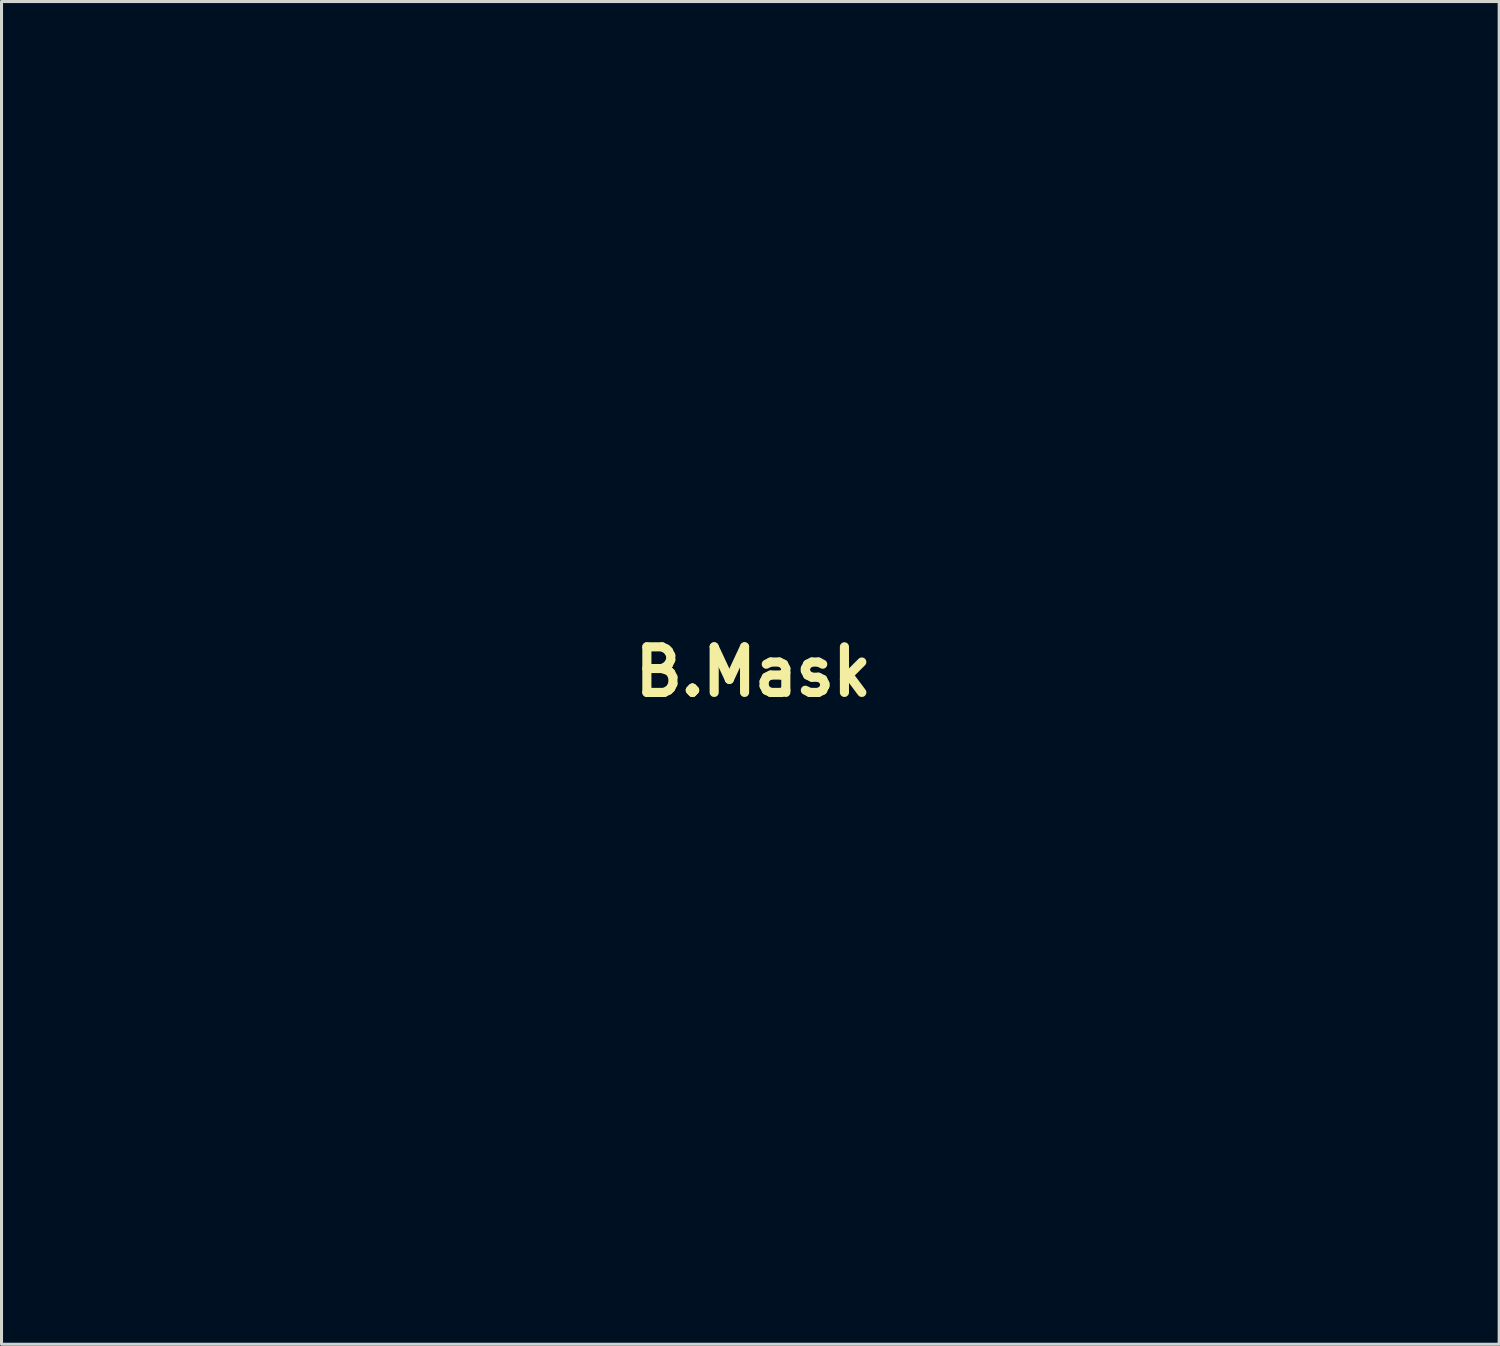
<source format=kicad_pcb>
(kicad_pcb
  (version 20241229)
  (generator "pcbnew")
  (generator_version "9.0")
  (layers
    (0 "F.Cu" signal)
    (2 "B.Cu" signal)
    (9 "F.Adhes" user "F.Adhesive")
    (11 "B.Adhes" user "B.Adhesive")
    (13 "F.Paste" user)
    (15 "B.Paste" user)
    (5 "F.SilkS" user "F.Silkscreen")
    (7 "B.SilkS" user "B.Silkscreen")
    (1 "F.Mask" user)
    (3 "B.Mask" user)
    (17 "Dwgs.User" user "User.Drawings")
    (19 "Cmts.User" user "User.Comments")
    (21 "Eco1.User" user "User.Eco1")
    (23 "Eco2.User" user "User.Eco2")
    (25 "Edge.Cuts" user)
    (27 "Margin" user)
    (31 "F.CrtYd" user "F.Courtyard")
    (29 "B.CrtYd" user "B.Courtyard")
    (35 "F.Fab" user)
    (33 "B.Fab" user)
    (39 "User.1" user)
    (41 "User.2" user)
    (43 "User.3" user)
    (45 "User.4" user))
  (footprint "B.Mask"
    (layer "F.Cu")
    (at 0.913 11.76)
    (property "Reference" "B.Mask" (at 20.82 7.293 0) (layer "F.SilkS") (effects (font (size 1.5 1.5) (thickness 0.3))))
    (attr board_only exclude_from_pos_files exclude_from_bom)
    (fp_poly (pts (xy 19.41 3.148) (xy 21.011 3.159) (xy 21.022 6.35) (xy 21.033 9.541) (xy 19.421 9.541) (xy 17.81 9.541) (xy 17.81 6.339) (xy 17.81 3.137)) (stroke (width 0) (type solid)) (fill yes) (layer "B.Mask"))
    (fp_poly (pts (xy 38.668 19.781) (xy 38.691 19.798) (xy 38.67 19.842) (xy 38.588 19.926) (xy 38.454 20.045) (xy 38.275 20.192) (xy 38.062 20.359) (xy 37.822 20.54) (xy 37.563 20.728) (xy 37.296 20.916) (xy 37.293 20.918) (xy 37.086 21.059) (xy 36.937 21.155) (xy 36.837 21.212) (xy 36.776 21.234) (xy 36.744 21.227) (xy 36.734 21.212) (xy 36.706 21.14) (xy 36.655 21.014) (xy 36.589 20.856) (xy 36.566 20.8) (xy 36.502 20.641) (xy 36.453 20.508) (xy 36.427 20.424) (xy 36.425 20.41) (xy 36.465 20.373) (xy 36.585 20.32) (xy 36.785 20.249) (xy 37.067 20.161) (xy 37.431 20.055) (xy 37.782 19.958) (xy 38.087 19.877) (xy 38.32 19.82) (xy 38.489 19.786) (xy 38.602 19.773)) (stroke (width 0) (type solid)) (fill yes) (layer "B.Mask"))
    (fp_poly (pts (xy 26.968 16.516) (xy 27.112 16.587) (xy 27.313 16.701) (xy 27.575 16.861) (xy 27.775 16.986) (xy 28.003 17.133) (xy 28.253 17.298) (xy 28.515 17.473) (xy 28.779 17.653) (xy 29.037 17.831) (xy 29.279 18.001) (xy 29.495 18.156) (xy 29.677 18.289) (xy 29.816 18.394) (xy 29.901 18.464) (xy 29.925 18.493) (xy 29.891 18.529) (xy 29.807 18.609) (xy 29.685 18.721) (xy 29.538 18.855) (xy 29.378 18.998) (xy 29.218 19.139) (xy 29.071 19.268) (xy 28.95 19.372) (xy 28.867 19.441) (xy 28.835 19.463) (xy 28.804 19.43) (xy 28.731 19.339) (xy 28.624 19.201) (xy 28.489 19.025) (xy 28.336 18.822) (xy 28.305 18.779) (xy 27.975 18.332) (xy 27.682 17.924) (xy 27.428 17.561) (xy 27.216 17.244) (xy 27.046 16.978) (xy 26.923 16.765) (xy 26.847 16.61) (xy 26.822 16.515) (xy 26.829 16.491) (xy 26.875 16.484)) (stroke (width 0) (type solid)) (fill yes) (layer "B.Mask"))
    (fp_poly (pts (xy 27.815 20.568) (xy 27.963 20.573) (xy 28.054 20.583) (xy 28.1 20.601) (xy 28.114 20.629) (xy 28.114 20.633) (xy 28.11 20.717) (xy 28.099 20.862) (xy 28.084 21.047) (xy 28.066 21.251) (xy 28.047 21.452) (xy 28.029 21.63) (xy 28.014 21.764) (xy 28.005 21.827) (xy 27.96 21.904) (xy 27.912 21.919) (xy 27.852 21.909) (xy 27.722 21.882) (xy 27.532 21.841) (xy 27.292 21.788) (xy 27.016 21.725) (xy 26.713 21.656) (xy 26.672 21.646) (xy 26.353 21.573) (xy 26.046 21.504) (xy 25.765 21.441) (xy 25.524 21.388) (xy 25.338 21.349) (xy 25.22 21.325) (xy 25.22 21.325) (xy 25.077 21.295) (xy 24.975 21.265) (xy 24.934 21.242) (xy 24.934 21.241) (xy 24.973 21.206) (xy 25.084 21.154) (xy 25.256 21.088) (xy 25.479 21.011) (xy 25.743 20.928) (xy 26.036 20.84) (xy 26.348 20.753) (xy 26.651 20.674) (xy 26.883 20.621) (xy 27.095 20.588) (xy 27.322 20.571) (xy 27.594 20.566)) (stroke (width 0) (type solid)) (fill yes) (layer "B.Mask"))
    (fp_poly (pts (xy 36.531 16.086) (xy 36.524 16.205) (xy 36.503 16.368) (xy 36.47 16.563) (xy 36.429 16.778) (xy 36.38 17) (xy 36.327 17.215) (xy 36.27 17.412) (xy 36.244 17.492) (xy 36.181 17.667) (xy 36.101 17.874) (xy 36.008 18.102) (xy 35.909 18.337) (xy 35.81 18.566) (xy 35.715 18.775) (xy 35.632 18.952) (xy 35.566 19.084) (xy 35.522 19.156) (xy 35.511 19.166) (xy 35.454 19.146) (xy 35.348 19.092) (xy 35.218 19.017) (xy 35.086 18.934) (xy 34.933 18.831) (xy 34.774 18.72) (xy 34.624 18.611) (xy 34.5 18.517) (xy 34.417 18.449) (xy 34.39 18.418) (xy 34.417 18.383) (xy 34.494 18.292) (xy 34.616 18.152) (xy 34.776 17.97) (xy 34.967 17.753) (xy 35.184 17.508) (xy 35.419 17.243) (xy 35.436 17.224) (xy 35.674 16.958) (xy 35.893 16.711) (xy 36.088 16.493) (xy 36.252 16.308) (xy 36.379 16.165) (xy 36.462 16.071) (xy 36.496 16.033) (xy 36.496 16.032) (xy 36.523 16.024)) (stroke (width 0) (type solid)) (fill yes) (layer "B.Mask"))
    (fp_poly (pts (xy 32.251 14.116) (xy 32.293 14.22) (xy 32.35 14.376) (xy 32.418 14.569) (xy 32.492 14.784) (xy 32.565 15.006) (xy 32.634 15.22) (xy 32.693 15.413) (xy 32.738 15.569) (xy 32.753 15.626) (xy 32.79 15.8) (xy 32.83 16.012) (xy 32.863 16.217) (xy 32.863 16.22) (xy 32.885 16.347) (xy 32.92 16.535) (xy 32.966 16.767) (xy 33.018 17.024) (xy 33.074 17.292) (xy 33.129 17.551) (xy 33.18 17.786) (xy 33.224 17.98) (xy 33.257 18.115) (xy 33.268 18.152) (xy 33.269 18.189) (xy 33.229 18.203) (xy 33.131 18.196) (xy 33.065 18.187) (xy 32.937 18.177) (xy 32.747 18.172) (xy 32.519 18.172) (xy 32.275 18.177) (xy 32.038 18.185) (xy 31.832 18.197) (xy 31.679 18.212) (xy 31.66 18.214) (xy 31.576 18.22) (xy 31.55 18.184) (xy 31.557 18.117) (xy 31.608 17.787) (xy 31.664 17.428) (xy 31.725 17.049) (xy 31.788 16.658) (xy 31.852 16.265) (xy 31.915 15.878) (xy 31.977 15.506) (xy 32.035 15.159) (xy 32.088 14.845) (xy 32.135 14.573) (xy 32.174 14.351) (xy 32.204 14.19) (xy 32.223 14.097) (xy 32.229 14.078)) (stroke (width 0) (type solid)) (fill yes) (layer "B.Mask"))
    (fp_poly (pts (xy 32.375 19.306) (xy 32.718 19.319) (xy 32.995 19.339) (xy 33.224 19.368) (xy 33.425 19.41) (xy 33.616 19.47) (xy 33.817 19.55) (xy 33.915 19.594) (xy 34.339 19.831) (xy 34.745 20.148) (xy 35.131 20.542) (xy 35.492 21.011) (xy 35.828 21.55) (xy 35.999 21.874) (xy 36.084 22.049) (xy 36.149 22.194) (xy 36.189 22.295) (xy 36.197 22.335) (xy 36.133 22.362) (xy 36 22.394) (xy 35.813 22.428) (xy 35.588 22.461) (xy 35.341 22.491) (xy 35.087 22.515) (xy 35.087 22.515) (xy 34.965 22.522) (xy 34.771 22.527) (xy 34.513 22.533) (xy 34.201 22.537) (xy 33.843 22.541) (xy 33.449 22.545) (xy 33.028 22.548) (xy 32.588 22.55) (xy 32.139 22.551) (xy 31.689 22.552) (xy 31.248 22.552) (xy 30.825 22.551) (xy 30.429 22.55) (xy 30.069 22.548) (xy 29.753 22.545) (xy 29.492 22.541) (xy 29.293 22.536) (xy 29.166 22.53) (xy 29.136 22.528) (xy 28.992 22.51) (xy 29.019 22.058) (xy 29.072 21.582) (xy 29.176 21.162) (xy 29.339 20.779) (xy 29.518 20.496) (xy 31.08 20.496) (xy 31.141 20.678) (xy 31.266 20.846) (xy 31.453 20.99) (xy 31.699 21.101) (xy 31.93 21.159) (xy 32.046 21.176) (xy 32.149 21.181) (xy 32.269 21.172) (xy 32.434 21.149) (xy 32.501 21.138) (xy 32.74 21.068) (xy 32.947 20.952) (xy 33.112 20.8) (xy 33.223 20.625) (xy 33.272 20.44) (xy 33.248 20.255) (xy 33.245 20.247) (xy 33.147 20.075) (xy 32.989 19.926) (xy 32.799 19.809) (xy 32.686 19.755) (xy 32.58 19.721) (xy 32.454 19.704) (xy 32.283 19.697) (xy 32.185 19.697) (xy 31.983 19.7) (xy 31.838 19.712) (xy 31.72 19.739) (xy 31.602 19.786) (xy 31.537 19.817) (xy 31.312 19.961) (xy 31.163 20.129) (xy 31.087 20.31) (xy 31.08 20.496) (xy 29.518 20.496) (xy 29.567 20.418) (xy 29.87 20.06) (xy 29.948 19.979) (xy 30.178 19.773) (xy 30.426 19.608) (xy 30.702 19.482) (xy 31.017 19.391) (xy 31.38 19.333) (xy 31.802 19.305) (xy 32.293 19.304)) (stroke (width 0) (type solid)) (fill yes) (layer "B.Mask"))
    (fp_poly (pts (xy 20.988 -11.759) (xy 21.258 -11.748) (xy 21.486 -11.728) (xy 21.605 -11.709) (xy 22.274 -11.531) (xy 22.886 -11.293) (xy 23.442 -10.991) (xy 23.945 -10.626) (xy 24.397 -10.196) (xy 24.748 -9.77) (xy 25.043 -9.328) (xy 25.293 -8.85) (xy 25.505 -8.324) (xy 25.685 -7.734) (xy 25.738 -7.528) (xy 25.886 -7.03) (xy 26.075 -6.595) (xy 26.315 -6.208) (xy 26.616 -5.853) (xy 26.938 -5.554) (xy 27.463 -5.165) (xy 28.037 -4.84) (xy 28.642 -4.587) (xy 28.973 -4.485) (xy 29.055 -4.463) (xy 29.133 -4.444) (xy 29.216 -4.429) (xy 29.311 -4.417) (xy 29.427 -4.408) (xy 29.572 -4.401) (xy 29.754 -4.396) (xy 29.982 -4.392) (xy 30.264 -4.39) (xy 30.607 -4.389) (xy 31.021 -4.389) (xy 31.4 -4.389) (xy 31.877 -4.389) (xy 32.381 -4.39) (xy 32.896 -4.392) (xy 33.404 -4.394) (xy 33.888 -4.397) (xy 34.33 -4.4) (xy 34.713 -4.404) (xy 34.877 -4.406) (xy 35.277 -4.41) (xy 35.602 -4.412) (xy 35.863 -4.411) (xy 36.071 -4.407) (xy 36.235 -4.4) (xy 36.368 -4.389) (xy 36.478 -4.374) (xy 36.577 -4.355) (xy 36.584 -4.353) (xy 37.157 -4.182) (xy 37.7 -3.934) (xy 38.208 -3.617) (xy 38.676 -3.236) (xy 39.097 -2.797) (xy 39.467 -2.305) (xy 39.779 -1.767) (xy 40.03 -1.187) (xy 40.212 -0.572) (xy 40.227 -0.508) (xy 40.236 -0.458) (xy 40.245 -0.398) (xy 40.253 -0.322) (xy 40.26 -0.227) (xy 40.267 -0.109) (xy 40.272 0.037) (xy 40.278 0.215) (xy 40.282 0.428) (xy 40.286 0.682) (xy 40.29 0.979) (xy 40.294 1.325) (xy 40.297 1.724) (xy 40.3 2.179) (xy 40.302 2.694) (xy 40.305 3.275) (xy 40.307 3.924) (xy 40.31 4.647) (xy 40.312 5.447) (xy 40.314 6.165) (xy 40.317 7.023) (xy 40.319 7.8) (xy 40.32 8.503) (xy 40.322 9.134) (xy 40.323 9.7) (xy 40.323 10.205) (xy 40.323 10.653) (xy 40.322 11.05) (xy 40.321 11.399) (xy 40.319 11.707) (xy 40.316 11.977) (xy 40.312 12.214) (xy 40.308 12.423) (xy 40.303 12.61) (xy 40.296 12.777) (xy 40.289 12.931) (xy 40.281 13.076) (xy 40.271 13.217) (xy 40.261 13.358) (xy 40.249 13.504) (xy 40.236 13.66) (xy 40.234 13.692) (xy 40.201 14.153) (xy 40.174 14.667) (xy 40.153 15.218) (xy 40.139 15.794) (xy 40.132 16.379) (xy 40.13 16.959) (xy 40.136 17.522) (xy 40.147 18.051) (xy 40.166 18.535) (xy 40.191 18.957) (xy 40.213 19.209) (xy 40.329 20.203) (xy 40.472 21.127) (xy 40.646 21.993) (xy 40.855 22.814) (xy 41.102 23.601) (xy 41.39 24.366) (xy 41.723 25.121) (xy 42.104 25.877) (xy 42.208 26.068) (xy 42.296 26.23) (xy 42.346 26.333) (xy 42.362 26.389) (xy 42.348 26.413) (xy 42.308 26.418) (xy 42.305 26.418) (xy 42.26 26.406) (xy 42.211 26.362) (xy 42.151 26.274) (xy 42.073 26.133) (xy 41.967 25.925) (xy 41.965 25.919) (xy 41.888 25.767) (xy 41.777 25.551) (xy 41.639 25.285) (xy 41.479 24.98) (xy 41.305 24.648) (xy 41.123 24.302) (xy 40.937 23.953) (xy 40.936 23.949) (xy 40.758 23.614) (xy 40.589 23.293) (xy 40.433 22.997) (xy 40.296 22.735) (xy 40.184 22.516) (xy 40.1 22.352) (xy 40.05 22.251) (xy 40.045 22.241) (xy 40.001 22.135) (xy 39.961 22.013) (xy 39.924 21.868) (xy 39.888 21.696) (xy 39.855 21.489) (xy 39.822 21.242) (xy 39.789 20.948) (xy 39.755 20.602) (xy 39.719 20.198) (xy 39.682 19.728) (xy 39.641 19.188) (xy 39.597 18.571) (xy 39.584 18.382) (xy 39.533 17.671) (xy 39.483 17.039) (xy 39.435 16.483) (xy 39.387 15.997) (xy 39.34 15.576) (xy 39.292 15.217) (xy 39.243 14.913) (xy 39.192 14.661) (xy 39.139 14.455) (xy 39.083 14.291) (xy 39.013 14.14) (xy 38.936 14.045) (xy 38.838 13.982) (xy 38.631 13.903) (xy 38.345 13.83) (xy 37.978 13.761) (xy 37.531 13.698) (xy 37.002 13.64) (xy 36.392 13.586) (xy 35.7 13.538) (xy 34.925 13.495) (xy 34.068 13.457) (xy 33.127 13.424) (xy 32.103 13.396) (xy 30.995 13.373) (xy 30.319 13.361) (xy 30.078 13.358) (xy 29.763 13.356) (xy 29.379 13.354) (xy 28.93 13.352) (xy 28.421 13.351) (xy 27.857 13.35) (xy 27.243 13.35) (xy 26.583 13.349) (xy 25.882 13.349) (xy 25.144 13.35) (xy 24.375 13.35) (xy 23.579 13.351) (xy 22.76 13.352) (xy 21.924 13.354) (xy 21.075 13.356) (xy 20.217 13.358) (xy 19.356 13.36) (xy 18.496 13.362) (xy 17.642 13.365) (xy 16.799 13.367) (xy 15.97 13.37) (xy 15.162 13.373) (xy 14.378 13.376) (xy 13.623 13.38) (xy 12.902 13.383) (xy 12.22 13.387) (xy 11.581 13.39) (xy 10.991 13.394) (xy 10.453 13.398) (xy 9.972 13.401) (xy 9.553 13.405) (xy 9.202 13.409) (xy 8.921 13.413) (xy 8.717 13.417) (xy 8.608 13.42) (xy 8.437 13.426) (xy 8.196 13.435) (xy 7.899 13.445) (xy 7.561 13.455) (xy 7.195 13.467) (xy 6.816 13.478) (xy 6.551 13.486) (xy 5.628 13.516) (xy 4.767 13.55) (xy 3.968 13.588) (xy 3.235 13.63) (xy 2.569 13.675) (xy 1.973 13.724) (xy 1.448 13.775) (xy 0.997 13.83) (xy 0.621 13.888) (xy 0.324 13.948) (xy 0.106 14.011) (xy -0.029 14.076) (xy -0.055 14.097) (xy -0.086 14.146) (xy -0.112 14.235) (xy -0.135 14.372) (xy -0.157 14.568) (xy -0.178 14.834) (xy -0.191 15.011) (xy -0.211 15.295) (xy -0.229 15.506) (xy -0.246 15.652) (xy -0.265 15.746) (xy -0.287 15.797) (xy -0.313 15.816) (xy -0.324 15.817) (xy -0.356 15.803) (xy -0.371 15.751) (xy -0.369 15.643) (xy -0.359 15.53) (xy -0.352 15.367) (xy -0.353 15.134) (xy -0.362 14.849) (xy -0.377 14.526) (xy -0.398 14.182) (xy -0.425 13.832) (xy -0.455 13.491) (xy -0.487 13.193) (xy -0.503 13.029) (xy -0.52 12.793) (xy -0.539 12.498) (xy -0.558 12.157) (xy -0.577 11.782) (xy -0.595 11.386) (xy -0.606 11.11) (xy 0 11.11) (xy 0 12.679) (xy 6.339 12.679) (xy 12.679 12.679) (xy 12.679 11.11) (xy 12.679 9.541) (xy 6.339 9.541) (xy 0 9.541) (xy 0 11.11) (xy -0.606 11.11) (xy -0.611 10.983) (xy -0.615 10.895) (xy -0.632 10.43) (xy -0.651 9.918) (xy -0.671 9.382) (xy -0.692 8.844) (xy -0.712 8.328) (xy -0.73 7.858) (xy -0.742 7.569) (xy -0.776 6.697) (xy -0.785 6.471) (xy -0.165 6.471) (xy -0.158 6.513) (xy -0.131 6.625) (xy -0.088 6.797) (xy -0.031 7.018) (xy 0.036 7.276) (xy 0.111 7.559) (xy 0.19 7.858) (xy 0.27 8.161) (xy 0.349 8.456) (xy 0.424 8.733) (xy 0.492 8.98) (xy 0.549 9.186) (xy 0.593 9.341) (xy 0.62 9.432) (xy 0.625 9.446) (xy 0.68 9.486) (xy 0.737 9.481) (xy 0.788 9.468) (xy 0.916 9.434) (xy 1.117 9.38) (xy 1.385 9.308) (xy 1.718 9.219) (xy 2.108 9.114) (xy 2.554 8.995) (xy 3.048 8.863) (xy 3.588 8.718) (xy 4.168 8.563) (xy 4.783 8.398) (xy 5.43 8.225) (xy 6.103 8.045) (xy 6.348 7.979) (xy 14.676 7.979) (xy 14.677 8.432) (xy 14.679 8.824) (xy 14.683 9.16) (xy 14.69 9.447) (xy 14.699 9.689) (xy 14.712 9.893) (xy 14.728 10.065) (xy 14.748 10.209) (xy 14.773 10.334) (xy 14.802 10.443) (xy 14.837 10.543) (xy 14.876 10.64) (xy 14.922 10.739) (xy 14.974 10.847) (xy 14.989 10.877) (xy 15.254 11.329) (xy 15.579 11.726) (xy 15.959 12.061) (xy 16.388 12.331) (xy 16.86 12.531) (xy 17.08 12.595) (xy 17.38 12.647) (xy 17.725 12.668) (xy 18.084 12.658) (xy 18.426 12.619) (xy 18.719 12.552) (xy 18.721 12.551) (xy 19.215 12.353) (xy 19.658 12.089) (xy 20.045 11.764) (xy 20.374 11.38) (xy 20.639 10.94) (xy 20.648 10.923) (xy 20.724 10.758) (xy 20.788 10.599) (xy 20.843 10.424) (xy 20.898 10.215) (xy 20.958 9.949) (xy 20.982 9.838) (xy 20.993 9.812) (xy 21.003 9.854) (xy 21.011 9.966) (xy 21.017 10.152) (xy 21.022 10.413) (xy 21.025 10.753) (xy 21.027 11.163) (xy 21.032 12.679) (xy 22.601 12.679) (xy 24.17 12.679) (xy 26.754 12.679) (xy 28.325 12.679) (xy 29.895 12.679) (xy 29.895 9.682) (xy 29.895 9.187) (xy 29.896 8.719) (xy 29.898 8.283) (xy 29.899 7.886) (xy 29.902 7.536) (xy 29.905 7.239) (xy 29.908 7.001) (xy 29.911 6.829) (xy 29.915 6.731) (xy 29.918 6.709) (xy 29.938 6.758) (xy 29.97 6.869) (xy 30.01 7.022) (xy 30.024 7.081) (xy 30.18 7.555) (xy 30.41 7.997) (xy 30.706 8.398) (xy 31.06 8.75) (xy 31.465 9.045) (xy 31.914 9.275) (xy 32.121 9.353) (xy 32.481 9.443) (xy 32.882 9.49) (xy 33.289 9.493) (xy 33.67 9.45) (xy 33.737 9.436) (xy 34.225 9.287) (xy 34.679 9.065) (xy 35.091 8.777) (xy 35.452 8.428) (xy 35.754 8.026) (xy 35.913 7.742) (xy 35.99 7.578) (xy 36.053 7.418) (xy 36.109 7.244) (xy 36.164 7.034) (xy 36.224 6.768) (xy 36.247 6.657) (xy 36.256 6.656) (xy 36.264 6.738) (xy 36.271 6.904) (xy 36.277 7.153) (xy 36.282 7.486) (xy 36.286 7.904) (xy 36.289 8.406) (xy 36.291 8.992) (xy 36.293 9.573) (xy 36.298 12.679) (xy 37.867 12.679) (xy 39.436 12.679) (xy 39.436 7.85) (xy 39.436 7.074) (xy 39.435 6.378) (xy 39.435 5.757) (xy 39.434 5.206) (xy 39.431 4.72) (xy 39.428 4.295) (xy 39.424 3.925) (xy 39.419 3.606) (xy 39.412 3.332) (xy 39.403 3.1) (xy 39.392 2.903) (xy 39.379 2.738) (xy 39.364 2.599) (xy 39.346 2.481) (xy 39.325 2.38) (xy 39.302 2.29) (xy 39.275 2.208) (xy 39.245 2.126) (xy 39.212 2.042) (xy 39.205 2.026) (xy 38.972 1.559) (xy 38.673 1.142) (xy 38.314 0.781) (xy 37.902 0.481) (xy 37.443 0.247) (xy 37.074 0.12) (xy 36.756 0.057) (xy 36.395 0.026) (xy 36.024 0.03) (xy 35.679 0.068) (xy 35.513 0.103) (xy 35.026 0.272) (xy 34.58 0.512) (xy 34.18 0.814) (xy 33.834 1.173) (xy 33.548 1.582) (xy 33.327 2.034) (xy 33.179 2.521) (xy 33.139 2.735) (xy 33.107 2.947) (xy 33.029 2.565) (xy 32.888 2.078) (xy 32.672 1.625) (xy 32.391 1.212) (xy 32.049 0.847) (xy 31.656 0.539) (xy 31.217 0.293) (xy 30.739 0.118) (xy 30.679 0.102) (xy 30.361 0.046) (xy 30 0.024) (xy 29.629 0.036) (xy 29.283 0.082) (xy 29.118 0.12) (xy 28.629 0.3) (xy 28.183 0.55) (xy 27.786 0.865) (xy 27.444 1.239) (xy 27.162 1.666) (xy 26.945 2.141) (xy 26.854 2.428) (xy 26.843 2.474) (xy 26.833 2.53) (xy 26.824 2.6) (xy 26.816 2.689) (xy 26.809 2.802) (xy 26.803 2.944) (xy 26.798 3.119) (xy 26.793 3.333) (xy 26.789 3.589) (xy 26.785 3.892) (xy 26.782 4.248) (xy 26.779 4.66) (xy 26.777 5.134) (xy 26.774 5.674) (xy 26.772 6.286) (xy 26.77 6.973) (xy 26.768 7.686) (xy 26.754 12.679) (xy 24.17 12.679) (xy 24.17 6.339) (xy 24.17 0) (xy 22.601 0) (xy 21.032 0) (xy 21.028 1.516) (xy 21.026 1.945) (xy 21.022 2.292) (xy 21.017 2.557) (xy 21.01 2.742) (xy 21.002 2.85) (xy 20.991 2.881) (xy 20.984 2.862) (xy 20.953 2.728) (xy 20.913 2.553) (xy 20.883 2.417) (xy 20.836 2.256) (xy 20.761 2.053) (xy 20.671 1.841) (xy 20.623 1.739) (xy 20.523 1.546) (xy 20.426 1.389) (xy 20.314 1.243) (xy 20.168 1.083) (xy 20.04 0.953) (xy 19.669 0.626) (xy 19.287 0.376) (xy 18.878 0.195) (xy 18.427 0.075) (xy 18.182 0.037) (xy 17.694 0.016) (xy 17.207 0.077) (xy 16.729 0.218) (xy 16.269 0.434) (xy 15.836 0.725) (xy 15.743 0.8) (xy 15.481 1.06) (xy 15.234 1.383) (xy 15.016 1.748) (xy 14.841 2.133) (xy 14.792 2.269) (xy 14.693 2.565) (xy 14.681 6.191) (xy 14.679 6.864) (xy 14.677 7.458) (xy 14.676 7.979) (xy 6.348 7.979) (xy 6.797 7.858) (xy 6.816 7.853) (xy 7.51 7.667) (xy 8.181 7.487) (xy 8.826 7.314) (xy 9.439 7.149) (xy 10.016 6.993) (xy 10.552 6.848) (xy 11.043 6.715) (xy 11.484 6.596) (xy 11.871 6.49) (xy 12.199 6.401) (xy 12.464 6.328) (xy 12.66 6.273) (xy 12.784 6.238) (xy 12.83 6.223) (xy 12.83 6.223) (xy 12.825 6.179) (xy 12.8 6.064) (xy 12.758 5.89) (xy 12.703 5.668) (xy 12.637 5.408) (xy 12.564 5.123) (xy 12.486 4.824) (xy 12.406 4.52) (xy 12.328 4.225) (xy 12.253 3.949) (xy 12.185 3.702) (xy 12.128 3.498) (xy 12.083 3.345) (xy 12.054 3.257) (xy 12.048 3.241) (xy 12.003 3.245) (xy 11.878 3.272) (xy 11.673 3.32) (xy 11.389 3.39) (xy 11.029 3.481) (xy 10.592 3.594) (xy 10.081 3.727) (xy 9.495 3.88) (xy 8.837 4.053) (xy 8.107 4.247) (xy 7.307 4.46) (xy 6.438 4.692) (xy 5.937 4.826) (xy 5.237 5.013) (xy 4.56 5.195) (xy 3.91 5.369) (xy 3.292 5.535) (xy 2.709 5.692) (xy 2.168 5.838) (xy 1.671 5.971) (xy 1.224 6.092) (xy 0.831 6.198) (xy 0.497 6.289) (xy 0.225 6.363) (xy 0.022 6.418) (xy -0.109 6.454) (xy -0.164 6.47) (xy -0.165 6.471) (xy -0.785 6.471) (xy -0.806 5.905) (xy -0.833 5.189) (xy -0.855 4.544) (xy -0.874 3.964) (xy -0.889 3.447) (xy -0.9 2.986) (xy -0.908 2.578) (xy -0.912 2.217) (xy -0.913 1.9) (xy -0.91 1.621) (xy -0.908 1.569) (xy 0 1.569) (xy 0 3.138) (xy 6.339 3.138) (xy 12.679 3.138) (xy 12.679 1.569) (xy 12.679 0) (xy 6.339 0) (xy 0 0) (xy 0 1.569) (xy -0.908 1.569) (xy -0.903 1.376) (xy -0.893 1.161) (xy -0.88 0.97) (xy -0.863 0.799) (xy -0.844 0.643) (xy -0.822 0.509) (xy -0.667 -0.153) (xy -0.434 -0.786) (xy -0.131 -1.384) (xy 0.238 -1.943) (xy 0.669 -2.456) (xy 1.155 -2.92) (xy 1.693 -3.328) (xy 2.276 -3.675) (xy 2.9 -3.957) (xy 3.559 -4.167) (xy 3.774 -4.218) (xy 3.917 -4.243) (xy 4.103 -4.266) (xy 4.337 -4.286) (xy 4.623 -4.303) (xy 4.964 -4.318) (xy 5.364 -4.331) (xy 5.827 -4.341) (xy 6.356 -4.35) (xy 6.955 -4.356) (xy 7.629 -4.361) (xy 8.38 -4.364) (xy 9.103 -4.365) (xy 9.717 -4.366) (xy 10.253 -4.367) (xy 10.715 -4.37) (xy 11.11 -4.372) (xy 11.442 -4.376) (xy 11.719 -4.381) (xy 11.945 -4.387) (xy 12.127 -4.395) (xy 12.27 -4.403) (xy 12.379 -4.413) (xy 12.462 -4.425) (xy 12.474 -4.427) (xy 13.054 -4.579) (xy 13.613 -4.806) (xy 14.139 -5.101) (xy 14.618 -5.457) (xy 14.95 -5.771) (xy 15.186 -6.038) (xy 15.379 -6.3) (xy 15.54 -6.578) (xy 15.679 -6.89) (xy 15.755 -7.108) (xy 18.866 -7.108) (xy 18.905 -6.693) (xy 19.02 -6.311) (xy 19.207 -5.968) (xy 19.464 -5.671) (xy 19.784 -5.426) (xy 19.941 -5.338) (xy 20.099 -5.265) (xy 20.253 -5.204) (xy 20.343 -5.177) (xy 20.583 -5.142) (xy 20.862 -5.136) (xy 21.14 -5.157) (xy 21.381 -5.203) (xy 21.409 -5.211) (xy 21.71 -5.327) (xy 21.966 -5.482) (xy 22.206 -5.693) (xy 22.273 -5.763) (xy 22.519 -6.087) (xy 22.691 -6.438) (xy 22.788 -6.808) (xy 22.811 -7.185) (xy 22.759 -7.559) (xy 22.632 -7.92) (xy 22.43 -8.256) (xy 22.301 -8.413) (xy 21.99 -8.697) (xy 21.648 -8.902) (xy 21.278 -9.028) (xy 20.88 -9.074) (xy 20.848 -9.074) (xy 20.438 -9.034) (xy 20.061 -8.921) (xy 19.722 -8.742) (xy 19.43 -8.504) (xy 19.192 -8.213) (xy 19.013 -7.876) (xy 18.902 -7.501) (xy 18.866 -7.108) (xy 15.755 -7.108) (xy 15.806 -7.256) (xy 15.875 -7.484) (xy 15.946 -7.721) (xy 16.025 -7.966) (xy 16.101 -8.187) (xy 16.152 -8.323) (xy 16.451 -8.974) (xy 16.805 -9.564) (xy 17.211 -10.09) (xy 17.668 -10.55) (xy 18.173 -10.944) (xy 18.724 -11.268) (xy 19.319 -11.521) (xy 19.955 -11.701) (xy 19.993 -11.709) (xy 20.179 -11.735) (xy 20.423 -11.752) (xy 20.701 -11.76)) (stroke (width 0) (type solid)) (fill yes) (layer "B.Mask")))
  (gr_rect
    (start -3 -3)
    (end 46.275 41.178)
    (stroke (width 0.1) (type default))
    (fill no)
    (layer "Edge.Cuts")))
</source>
